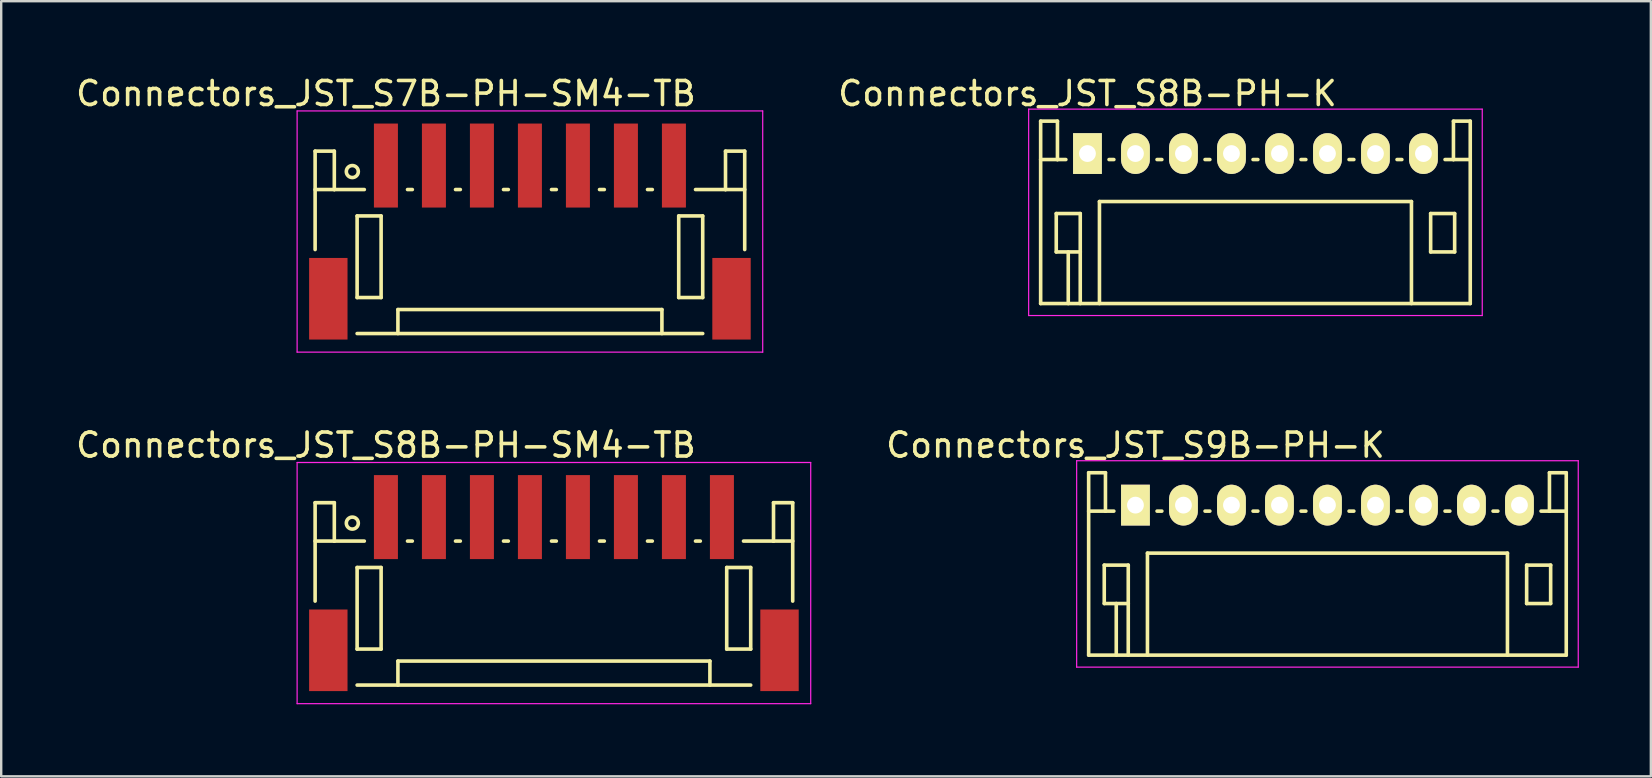
<source format=kicad_pcb>
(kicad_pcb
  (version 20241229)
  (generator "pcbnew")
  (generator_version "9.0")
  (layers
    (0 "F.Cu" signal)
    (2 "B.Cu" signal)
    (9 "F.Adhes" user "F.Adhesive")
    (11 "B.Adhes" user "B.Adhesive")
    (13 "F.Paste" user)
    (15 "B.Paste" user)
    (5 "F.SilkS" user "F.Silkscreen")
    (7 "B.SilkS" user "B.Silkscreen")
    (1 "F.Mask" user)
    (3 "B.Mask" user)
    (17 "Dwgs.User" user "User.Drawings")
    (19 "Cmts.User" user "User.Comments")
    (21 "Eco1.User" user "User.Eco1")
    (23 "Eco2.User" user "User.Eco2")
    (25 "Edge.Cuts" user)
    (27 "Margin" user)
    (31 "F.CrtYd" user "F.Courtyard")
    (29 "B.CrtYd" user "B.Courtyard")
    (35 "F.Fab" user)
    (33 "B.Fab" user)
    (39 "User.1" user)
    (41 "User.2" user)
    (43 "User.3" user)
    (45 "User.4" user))
  (footprint "Connectors_JST_S8B-PH-K"
    (layer "F.Cu")
    (at 42.261 3.348)
    (property "Reference" "Connectors_JST_S8B-PH-K" (at 0 -2.5 0) (layer "F.SilkS") (effects (font (size 1 1) (thickness 0.15))))
    (attr through_hole)
    (fp_line (start -1.95 -1.35) (end -1.95 6.25) (stroke (width 0.15) (type solid)) (layer "F.SilkS"))
    (fp_line (start -1.95 0.25) (end -1.25 0.25) (stroke (width 0.15) (type solid)) (layer "F.SilkS"))
    (fp_line (start -1.95 6.25) (end 15.95 6.25) (stroke (width 0.15) (type solid)) (layer "F.SilkS"))
    (fp_line (start -1.3 2.5) (end -1.3 4.1) (stroke (width 0.15) (type solid)) (layer "F.SilkS"))
    (fp_line (start -1.3 4.1) (end -0.3 4.1) (stroke (width 0.15) (type solid)) (layer "F.SilkS"))
    (fp_line (start -1.25 -1.35) (end -1.95 -1.35) (stroke (width 0.15) (type solid)) (layer "F.SilkS"))
    (fp_line (start -1.25 0.25) (end -1.25 -1.35) (stroke (width 0.15) (type solid)) (layer "F.SilkS"))
    (fp_line (start -0.9 0.25) (end -1.25 0.25) (stroke (width 0.15) (type solid)) (layer "F.SilkS"))
    (fp_line (start -0.8 4.1) (end -0.8 6.25) (stroke (width 0.15) (type solid)) (layer "F.SilkS"))
    (fp_line (start -0.3 2.5) (end -1.3 2.5) (stroke (width 0.15) (type solid)) (layer "F.SilkS"))
    (fp_line (start -0.3 4.1) (end -0.3 2.5) (stroke (width 0.15) (type solid)) (layer "F.SilkS"))
    (fp_line (start -0.3 4.1) (end -0.3 6.25) (stroke (width 0.15) (type solid)) (layer "F.SilkS"))
    (fp_line (start 0.5 2) (end 13.5 2) (stroke (width 0.15) (type solid)) (layer "F.SilkS"))
    (fp_line (start 0.5 6.25) (end 0.5 2) (stroke (width 0.15) (type solid)) (layer "F.SilkS"))
    (fp_line (start 0.9 0.25) (end 1.1 0.25) (stroke (width 0.15) (type solid)) (layer "F.SilkS"))
    (fp_line (start 2.9 0.25) (end 3.1 0.25) (stroke (width 0.15) (type solid)) (layer "F.SilkS"))
    (fp_line (start 4.9 0.25) (end 5.1 0.25) (stroke (width 0.15) (type solid)) (layer "F.SilkS"))
    (fp_line (start 6.9 0.25) (end 7.1 0.25) (stroke (width 0.15) (type solid)) (layer "F.SilkS"))
    (fp_line (start 8.9 0.25) (end 9.1 0.25) (stroke (width 0.15) (type solid)) (layer "F.SilkS"))
    (fp_line (start 10.9 0.25) (end 11.1 0.25) (stroke (width 0.15) (type solid)) (layer "F.SilkS"))
    (fp_line (start 12.9 0.25) (end 13.1 0.25) (stroke (width 0.15) (type solid)) (layer "F.SilkS"))
    (fp_line (start 13.5 2) (end 13.5 6.25) (stroke (width 0.15) (type solid)) (layer "F.SilkS"))
    (fp_line (start 14.3 2.5) (end 15.3 2.5) (stroke (width 0.15) (type solid)) (layer "F.SilkS"))
    (fp_line (start 14.3 4.1) (end 14.3 2.5) (stroke (width 0.15) (type solid)) (layer "F.SilkS"))
    (fp_line (start 15.25 -1.35) (end 15.25 0.25) (stroke (width 0.15) (type solid)) (layer "F.SilkS"))
    (fp_line (start 15.25 0.25) (end 14.9 0.25) (stroke (width 0.15) (type solid)) (layer "F.SilkS"))
    (fp_line (start 15.3 2.5) (end 15.3 4.1) (stroke (width 0.15) (type solid)) (layer "F.SilkS"))
    (fp_line (start 15.3 4.1) (end 14.3 4.1) (stroke (width 0.15) (type solid)) (layer "F.SilkS"))
    (fp_line (start 15.95 -1.35) (end 15.25 -1.35) (stroke (width 0.15) (type solid)) (layer "F.SilkS"))
    (fp_line (start 15.95 0.25) (end 15.25 0.25) (stroke (width 0.15) (type solid)) (layer "F.SilkS"))
    (fp_line (start 15.95 6.25) (end 15.95 -1.35) (stroke (width 0.15) (type solid)) (layer "F.SilkS"))
    (fp_line (start -2.45 -1.85) (end 16.45 -1.85) (stroke (width 0.05) (type solid)) (layer "F.CrtYd"))
    (fp_line (start -2.45 6.75) (end -2.45 -1.85) (stroke (width 0.05) (type solid)) (layer "F.CrtYd"))
    (fp_line (start 16.45 -1.85) (end 16.45 6.75) (stroke (width 0.05) (type solid)) (layer "F.CrtYd"))
    (fp_line (start 16.45 6.75) (end -2.45 6.75) (stroke (width 0.05) (type solid)) (layer "F.CrtYd"))
    (pad "1" thru_hole rect (at 0 0) (size 1.2 1.7) (drill 0.7) (layers "*.Cu" "*.Mask" "F.SilkS"))
    (pad "2" thru_hole oval (at 2 0) (size 1.2 1.7) (drill 0.7) (layers "*.Cu" "*.Mask" "F.SilkS"))
    (pad "3" thru_hole oval (at 4 0) (size 1.2 1.7) (drill 0.7) (layers "*.Cu" "*.Mask" "F.SilkS"))
    (pad "4" thru_hole oval (at 6 0) (size 1.2 1.7) (drill 0.7) (layers "*.Cu" "*.Mask" "F.SilkS"))
    (pad "5" thru_hole oval (at 8 0) (size 1.2 1.7) (drill 0.7) (layers "*.Cu" "*.Mask" "F.SilkS"))
    (pad "6" thru_hole oval (at 10 0) (size 1.2 1.7) (drill 0.7) (layers "*.Cu" "*.Mask" "F.SilkS"))
    (pad "7" thru_hole oval (at 12 0) (size 1.2 1.7) (drill 0.7) (layers "*.Cu" "*.Mask" "F.SilkS"))
    (pad "8" thru_hole oval (at 14 0) (size 1.2 1.7) (drill 0.7) (layers "*.Cu" "*.Mask" "F.SilkS")))
  (footprint "Connectors_JST_S7B-PH-SM4-TB"
    (layer "F.Cu")
    (at 19.03 6.623)
    (property "Reference" "Connectors_JST_S7B-PH-SM4-TB" (at -6 -5.775 0) (layer "F.SilkS") (effects (font (size 1 1) (thickness 0.15))))
    (attr smd)
    (fp_line (start -8.95 -3.375) (end -8.95 0.725) (stroke (width 0.15) (type solid)) (layer "F.SilkS"))
    (fp_line (start -8.15 -3.375) (end -8.95 -3.375) (stroke (width 0.15) (type solid)) (layer "F.SilkS"))
    (fp_line (start -8.15 -1.775) (end -8.95 -1.775) (stroke (width 0.15) (type solid)) (layer "F.SilkS"))
    (fp_line (start -8.15 -1.775) (end -8.15 -3.375) (stroke (width 0.15) (type solid)) (layer "F.SilkS"))
    (fp_line (start -7.2 -0.675) (end -7.2 2.725) (stroke (width 0.15) (type solid)) (layer "F.SilkS"))
    (fp_line (start -7.2 2.725) (end -6.2 2.725) (stroke (width 0.15) (type solid)) (layer "F.SilkS"))
    (fp_line (start -7.2 4.225) (end 7.2 4.225) (stroke (width 0.15) (type solid)) (layer "F.SilkS"))
    (fp_line (start -6.9 -1.775) (end -8.15 -1.775) (stroke (width 0.15) (type solid)) (layer "F.SilkS"))
    (fp_line (start -6.2 -0.675) (end -7.2 -0.675) (stroke (width 0.15) (type solid)) (layer "F.SilkS"))
    (fp_line (start -6.2 2.725) (end -6.2 -0.675) (stroke (width 0.15) (type solid)) (layer "F.SilkS"))
    (fp_line (start -5.5 3.225) (end 5.5 3.225) (stroke (width 0.15) (type solid)) (layer "F.SilkS"))
    (fp_line (start -5.5 4.225) (end -5.5 3.225) (stroke (width 0.15) (type solid)) (layer "F.SilkS"))
    (fp_line (start -5.1 -1.775) (end -4.9 -1.775) (stroke (width 0.15) (type solid)) (layer "F.SilkS"))
    (fp_line (start -3.1 -1.775) (end -2.9 -1.775) (stroke (width 0.15) (type solid)) (layer "F.SilkS"))
    (fp_line (start -1.1 -1.775) (end -0.9 -1.775) (stroke (width 0.15) (type solid)) (layer "F.SilkS"))
    (fp_line (start 0.9 -1.775) (end 1.1 -1.775) (stroke (width 0.15) (type solid)) (layer "F.SilkS"))
    (fp_line (start 2.9 -1.775) (end 3.1 -1.775) (stroke (width 0.15) (type solid)) (layer "F.SilkS"))
    (fp_line (start 4.9 -1.775) (end 5.1 -1.775) (stroke (width 0.15) (type solid)) (layer "F.SilkS"))
    (fp_line (start 5.5 3.225) (end 5.5 4.225) (stroke (width 0.15) (type solid)) (layer "F.SilkS"))
    (fp_line (start 6.2 -0.675) (end 7.2 -0.675) (stroke (width 0.15) (type solid)) (layer "F.SilkS"))
    (fp_line (start 6.2 2.725) (end 6.2 -0.675) (stroke (width 0.15) (type solid)) (layer "F.SilkS"))
    (fp_line (start 6.9 -1.775) (end 8.15 -1.775) (stroke (width 0.15) (type solid)) (layer "F.SilkS"))
    (fp_line (start 7.2 -0.675) (end 7.2 2.725) (stroke (width 0.15) (type solid)) (layer "F.SilkS"))
    (fp_line (start 7.2 2.725) (end 6.2 2.725) (stroke (width 0.15) (type solid)) (layer "F.SilkS"))
    (fp_line (start 8.15 -3.375) (end 8.95 -3.375) (stroke (width 0.15) (type solid)) (layer "F.SilkS"))
    (fp_line (start 8.15 -1.775) (end 8.15 -3.375) (stroke (width 0.15) (type solid)) (layer "F.SilkS"))
    (fp_line (start 8.15 -1.775) (end 8.95 -1.775) (stroke (width 0.15) (type solid)) (layer "F.SilkS"))
    (fp_line (start 8.95 -3.375) (end 8.95 0.725) (stroke (width 0.15) (type solid)) (layer "F.SilkS"))
    (fp_circle (center -7.4 -2.525) (end -7.15 -2.525) (stroke (width 0.15) (type solid)) (fill no) (layer "F.SilkS"))
    (fp_line (start -9.7 -5.05) (end 9.7 -5.05) (stroke (width 0.05) (type solid)) (layer "F.CrtYd"))
    (fp_line (start -9.7 5) (end -9.7 -5.05) (stroke (width 0.05) (type solid)) (layer "F.CrtYd"))
    (fp_line (start 9.7 -5.05) (end 9.7 5) (stroke (width 0.05) (type solid)) (layer "F.CrtYd"))
    (fp_line (start 9.7 5) (end -9.7 5) (stroke (width 0.05) (type solid)) (layer "F.CrtYd"))
    (pad "" smd rect (at -8.4 2.775) (size 1.6 3.4) (layers "F.Cu" "F.Mask" "F.Paste"))
    (pad "" smd rect (at 8.4 2.775) (size 1.6 3.4) (layers "F.Cu" "F.Mask" "F.Paste"))
    (pad "1" smd rect (at -6 -2.775) (size 1 3.5) (layers "F.Cu" "F.Mask" "F.Paste"))
    (pad "2" smd rect (at -4 -2.775) (size 1 3.5) (layers "F.Cu" "F.Mask" "F.Paste"))
    (pad "3" smd rect (at -2 -2.775) (size 1 3.5) (layers "F.Cu" "F.Mask" "F.Paste"))
    (pad "4" smd rect (at 0 -2.775) (size 1 3.5) (layers "F.Cu" "F.Mask" "F.Paste"))
    (pad "5" smd rect (at 2 -2.775) (size 1 3.5) (layers "F.Cu" "F.Mask" "F.Paste"))
    (pad "6" smd rect (at 4 -2.775) (size 1 3.5) (layers "F.Cu" "F.Mask" "F.Paste"))
    (pad "7" smd rect (at 6 -2.775) (size 1 3.5) (layers "F.Cu" "F.Mask" "F.Paste")))
  (footprint "Connectors_JST_S9B-PH-K"
    (layer "F.Cu")
    (at 44.261 17.997)
    (property "Reference" "Connectors_JST_S9B-PH-K" (at 0 -2.5 0) (layer "F.SilkS") (effects (font (size 1 1) (thickness 0.15))))
    (attr through_hole)
    (fp_line (start -1.95 -1.35) (end -1.95 6.25) (stroke (width 0.15) (type solid)) (layer "F.SilkS"))
    (fp_line (start -1.95 0.25) (end -1.25 0.25) (stroke (width 0.15) (type solid)) (layer "F.SilkS"))
    (fp_line (start -1.95 6.25) (end 17.95 6.25) (stroke (width 0.15) (type solid)) (layer "F.SilkS"))
    (fp_line (start -1.3 2.5) (end -1.3 4.1) (stroke (width 0.15) (type solid)) (layer "F.SilkS"))
    (fp_line (start -1.3 4.1) (end -0.3 4.1) (stroke (width 0.15) (type solid)) (layer "F.SilkS"))
    (fp_line (start -1.25 -1.35) (end -1.95 -1.35) (stroke (width 0.15) (type solid)) (layer "F.SilkS"))
    (fp_line (start -1.25 0.25) (end -1.25 -1.35) (stroke (width 0.15) (type solid)) (layer "F.SilkS"))
    (fp_line (start -0.9 0.25) (end -1.25 0.25) (stroke (width 0.15) (type solid)) (layer "F.SilkS"))
    (fp_line (start -0.8 4.1) (end -0.8 6.25) (stroke (width 0.15) (type solid)) (layer "F.SilkS"))
    (fp_line (start -0.3 2.5) (end -1.3 2.5) (stroke (width 0.15) (type solid)) (layer "F.SilkS"))
    (fp_line (start -0.3 4.1) (end -0.3 2.5) (stroke (width 0.15) (type solid)) (layer "F.SilkS"))
    (fp_line (start -0.3 4.1) (end -0.3 6.25) (stroke (width 0.15) (type solid)) (layer "F.SilkS"))
    (fp_line (start 0.5 2) (end 15.5 2) (stroke (width 0.15) (type solid)) (layer "F.SilkS"))
    (fp_line (start 0.5 6.25) (end 0.5 2) (stroke (width 0.15) (type solid)) (layer "F.SilkS"))
    (fp_line (start 0.9 0.25) (end 1.1 0.25) (stroke (width 0.15) (type solid)) (layer "F.SilkS"))
    (fp_line (start 2.9 0.25) (end 3.1 0.25) (stroke (width 0.15) (type solid)) (layer "F.SilkS"))
    (fp_line (start 4.9 0.25) (end 5.1 0.25) (stroke (width 0.15) (type solid)) (layer "F.SilkS"))
    (fp_line (start 6.9 0.25) (end 7.1 0.25) (stroke (width 0.15) (type solid)) (layer "F.SilkS"))
    (fp_line (start 8.9 0.25) (end 9.1 0.25) (stroke (width 0.15) (type solid)) (layer "F.SilkS"))
    (fp_line (start 10.9 0.25) (end 11.1 0.25) (stroke (width 0.15) (type solid)) (layer "F.SilkS"))
    (fp_line (start 12.9 0.25) (end 13.1 0.25) (stroke (width 0.15) (type solid)) (layer "F.SilkS"))
    (fp_line (start 14.9 0.25) (end 15.1 0.25) (stroke (width 0.15) (type solid)) (layer "F.SilkS"))
    (fp_line (start 15.5 2) (end 15.5 6.25) (stroke (width 0.15) (type solid)) (layer "F.SilkS"))
    (fp_line (start 16.3 2.5) (end 17.3 2.5) (stroke (width 0.15) (type solid)) (layer "F.SilkS"))
    (fp_line (start 16.3 4.1) (end 16.3 2.5) (stroke (width 0.15) (type solid)) (layer "F.SilkS"))
    (fp_line (start 17.25 -1.35) (end 17.25 0.25) (stroke (width 0.15) (type solid)) (layer "F.SilkS"))
    (fp_line (start 17.25 0.25) (end 16.9 0.25) (stroke (width 0.15) (type solid)) (layer "F.SilkS"))
    (fp_line (start 17.3 2.5) (end 17.3 4.1) (stroke (width 0.15) (type solid)) (layer "F.SilkS"))
    (fp_line (start 17.3 4.1) (end 16.3 4.1) (stroke (width 0.15) (type solid)) (layer "F.SilkS"))
    (fp_line (start 17.95 -1.35) (end 17.25 -1.35) (stroke (width 0.15) (type solid)) (layer "F.SilkS"))
    (fp_line (start 17.95 0.25) (end 17.25 0.25) (stroke (width 0.15) (type solid)) (layer "F.SilkS"))
    (fp_line (start 17.95 6.25) (end 17.95 -1.35) (stroke (width 0.15) (type solid)) (layer "F.SilkS"))
    (fp_line (start -2.45 -1.85) (end 18.45 -1.85) (stroke (width 0.05) (type solid)) (layer "F.CrtYd"))
    (fp_line (start -2.45 6.75) (end -2.45 -1.85) (stroke (width 0.05) (type solid)) (layer "F.CrtYd"))
    (fp_line (start 18.45 -1.85) (end 18.45 6.75) (stroke (width 0.05) (type solid)) (layer "F.CrtYd"))
    (fp_line (start 18.45 6.75) (end -2.45 6.75) (stroke (width 0.05) (type solid)) (layer "F.CrtYd"))
    (pad "1" thru_hole rect (at 0 0) (size 1.2 1.7) (drill 0.7) (layers "*.Cu" "*.Mask" "F.SilkS"))
    (pad "2" thru_hole oval (at 2 0) (size 1.2 1.7) (drill 0.7) (layers "*.Cu" "*.Mask" "F.SilkS"))
    (pad "3" thru_hole oval (at 4 0) (size 1.2 1.7) (drill 0.7) (layers "*.Cu" "*.Mask" "F.SilkS"))
    (pad "4" thru_hole oval (at 6 0) (size 1.2 1.7) (drill 0.7) (layers "*.Cu" "*.Mask" "F.SilkS"))
    (pad "5" thru_hole oval (at 8 0) (size 1.2 1.7) (drill 0.7) (layers "*.Cu" "*.Mask" "F.SilkS"))
    (pad "6" thru_hole oval (at 10 0) (size 1.2 1.7) (drill 0.7) (layers "*.Cu" "*.Mask" "F.SilkS"))
    (pad "7" thru_hole oval (at 12 0) (size 1.2 1.7) (drill 0.7) (layers "*.Cu" "*.Mask" "F.SilkS"))
    (pad "8" thru_hole oval (at 14 0) (size 1.2 1.7) (drill 0.7) (layers "*.Cu" "*.Mask" "F.SilkS"))
    (pad "9" thru_hole oval (at 16 0) (size 1.2 1.7) (drill 0.7) (layers "*.Cu" "*.Mask" "F.SilkS")))
  (footprint "Connectors_JST_S8B-PH-SM4-TB"
    (layer "F.Cu")
    (at 20.03 21.271)
    (property "Reference" "Connectors_JST_S8B-PH-SM4-TB" (at -7 -5.775 0) (layer "F.SilkS") (effects (font (size 1 1) (thickness 0.15))))
    (attr smd)
    (fp_line (start -9.95 -3.375) (end -9.95 0.725) (stroke (width 0.15) (type solid)) (layer "F.SilkS"))
    (fp_line (start -9.15 -3.375) (end -9.95 -3.375) (stroke (width 0.15) (type solid)) (layer "F.SilkS"))
    (fp_line (start -9.15 -1.775) (end -9.95 -1.775) (stroke (width 0.15) (type solid)) (layer "F.SilkS"))
    (fp_line (start -9.15 -1.775) (end -9.15 -3.375) (stroke (width 0.15) (type solid)) (layer "F.SilkS"))
    (fp_line (start -8.2 -0.675) (end -8.2 2.725) (stroke (width 0.15) (type solid)) (layer "F.SilkS"))
    (fp_line (start -8.2 2.725) (end -7.2 2.725) (stroke (width 0.15) (type solid)) (layer "F.SilkS"))
    (fp_line (start -8.2 4.225) (end 8.2 4.225) (stroke (width 0.15) (type solid)) (layer "F.SilkS"))
    (fp_line (start -7.9 -1.775) (end -9.15 -1.775) (stroke (width 0.15) (type solid)) (layer "F.SilkS"))
    (fp_line (start -7.2 -0.675) (end -8.2 -0.675) (stroke (width 0.15) (type solid)) (layer "F.SilkS"))
    (fp_line (start -7.2 2.725) (end -7.2 -0.675) (stroke (width 0.15) (type solid)) (layer "F.SilkS"))
    (fp_line (start -6.5 3.225) (end 6.5 3.225) (stroke (width 0.15) (type solid)) (layer "F.SilkS"))
    (fp_line (start -6.5 4.225) (end -6.5 3.225) (stroke (width 0.15) (type solid)) (layer "F.SilkS"))
    (fp_line (start -6.1 -1.775) (end -5.9 -1.775) (stroke (width 0.15) (type solid)) (layer "F.SilkS"))
    (fp_line (start -4.1 -1.775) (end -3.9 -1.775) (stroke (width 0.15) (type solid)) (layer "F.SilkS"))
    (fp_line (start -2.1 -1.775) (end -1.9 -1.775) (stroke (width 0.15) (type solid)) (layer "F.SilkS"))
    (fp_line (start -0.1 -1.775) (end 0.1 -1.775) (stroke (width 0.15) (type solid)) (layer "F.SilkS"))
    (fp_line (start 1.9 -1.775) (end 2.1 -1.775) (stroke (width 0.15) (type solid)) (layer "F.SilkS"))
    (fp_line (start 3.9 -1.775) (end 4.1 -1.775) (stroke (width 0.15) (type solid)) (layer "F.SilkS"))
    (fp_line (start 5.9 -1.775) (end 6.1 -1.775) (stroke (width 0.15) (type solid)) (layer "F.SilkS"))
    (fp_line (start 6.5 3.225) (end 6.5 4.225) (stroke (width 0.15) (type solid)) (layer "F.SilkS"))
    (fp_line (start 7.2 -0.675) (end 8.2 -0.675) (stroke (width 0.15) (type solid)) (layer "F.SilkS"))
    (fp_line (start 7.2 2.725) (end 7.2 -0.675) (stroke (width 0.15) (type solid)) (layer "F.SilkS"))
    (fp_line (start 7.9 -1.775) (end 9.15 -1.775) (stroke (width 0.15) (type solid)) (layer "F.SilkS"))
    (fp_line (start 8.2 -0.675) (end 8.2 2.725) (stroke (width 0.15) (type solid)) (layer "F.SilkS"))
    (fp_line (start 8.2 2.725) (end 7.2 2.725) (stroke (width 0.15) (type solid)) (layer "F.SilkS"))
    (fp_line (start 9.15 -3.375) (end 9.95 -3.375) (stroke (width 0.15) (type solid)) (layer "F.SilkS"))
    (fp_line (start 9.15 -1.775) (end 9.15 -3.375) (stroke (width 0.15) (type solid)) (layer "F.SilkS"))
    (fp_line (start 9.15 -1.775) (end 9.95 -1.775) (stroke (width 0.15) (type solid)) (layer "F.SilkS"))
    (fp_line (start 9.95 -3.375) (end 9.95 0.725) (stroke (width 0.15) (type solid)) (layer "F.SilkS"))
    (fp_circle (center -8.4 -2.525) (end -8.15 -2.525) (stroke (width 0.15) (type solid)) (fill no) (layer "F.SilkS"))
    (fp_line (start -10.7 -5.05) (end 10.7 -5.05) (stroke (width 0.05) (type solid)) (layer "F.CrtYd"))
    (fp_line (start -10.7 5) (end -10.7 -5.05) (stroke (width 0.05) (type solid)) (layer "F.CrtYd"))
    (fp_line (start 10.7 -5.05) (end 10.7 5) (stroke (width 0.05) (type solid)) (layer "F.CrtYd"))
    (fp_line (start 10.7 5) (end -10.7 5) (stroke (width 0.05) (type solid)) (layer "F.CrtYd"))
    (pad "" smd rect (at -9.4 2.775) (size 1.6 3.4) (layers "F.Cu" "F.Mask" "F.Paste"))
    (pad "" smd rect (at 9.4 2.775) (size 1.6 3.4) (layers "F.Cu" "F.Mask" "F.Paste"))
    (pad "1" smd rect (at -7 -2.775) (size 1 3.5) (layers "F.Cu" "F.Mask" "F.Paste"))
    (pad "2" smd rect (at -5 -2.775) (size 1 3.5) (layers "F.Cu" "F.Mask" "F.Paste"))
    (pad "3" smd rect (at -3 -2.775) (size 1 3.5) (layers "F.Cu" "F.Mask" "F.Paste"))
    (pad "4" smd rect (at -1 -2.775) (size 1 3.5) (layers "F.Cu" "F.Mask" "F.Paste"))
    (pad "5" smd rect (at 1 -2.775) (size 1 3.5) (layers "F.Cu" "F.Mask" "F.Paste"))
    (pad "6" smd rect (at 3 -2.775) (size 1 3.5) (layers "F.Cu" "F.Mask" "F.Paste"))
    (pad "7" smd rect (at 5 -2.775) (size 1 3.5) (layers "F.Cu" "F.Mask" "F.Paste"))
    (pad "8" smd rect (at 7 -2.775) (size 1 3.5) (layers "F.Cu" "F.Mask" "F.Paste")))
  (gr_rect
    (start -3 -3)
    (end 65.736 29.297)
    (stroke (width 0.1) (type default))
    (fill no)
    (layer "Edge.Cuts")))
</source>
